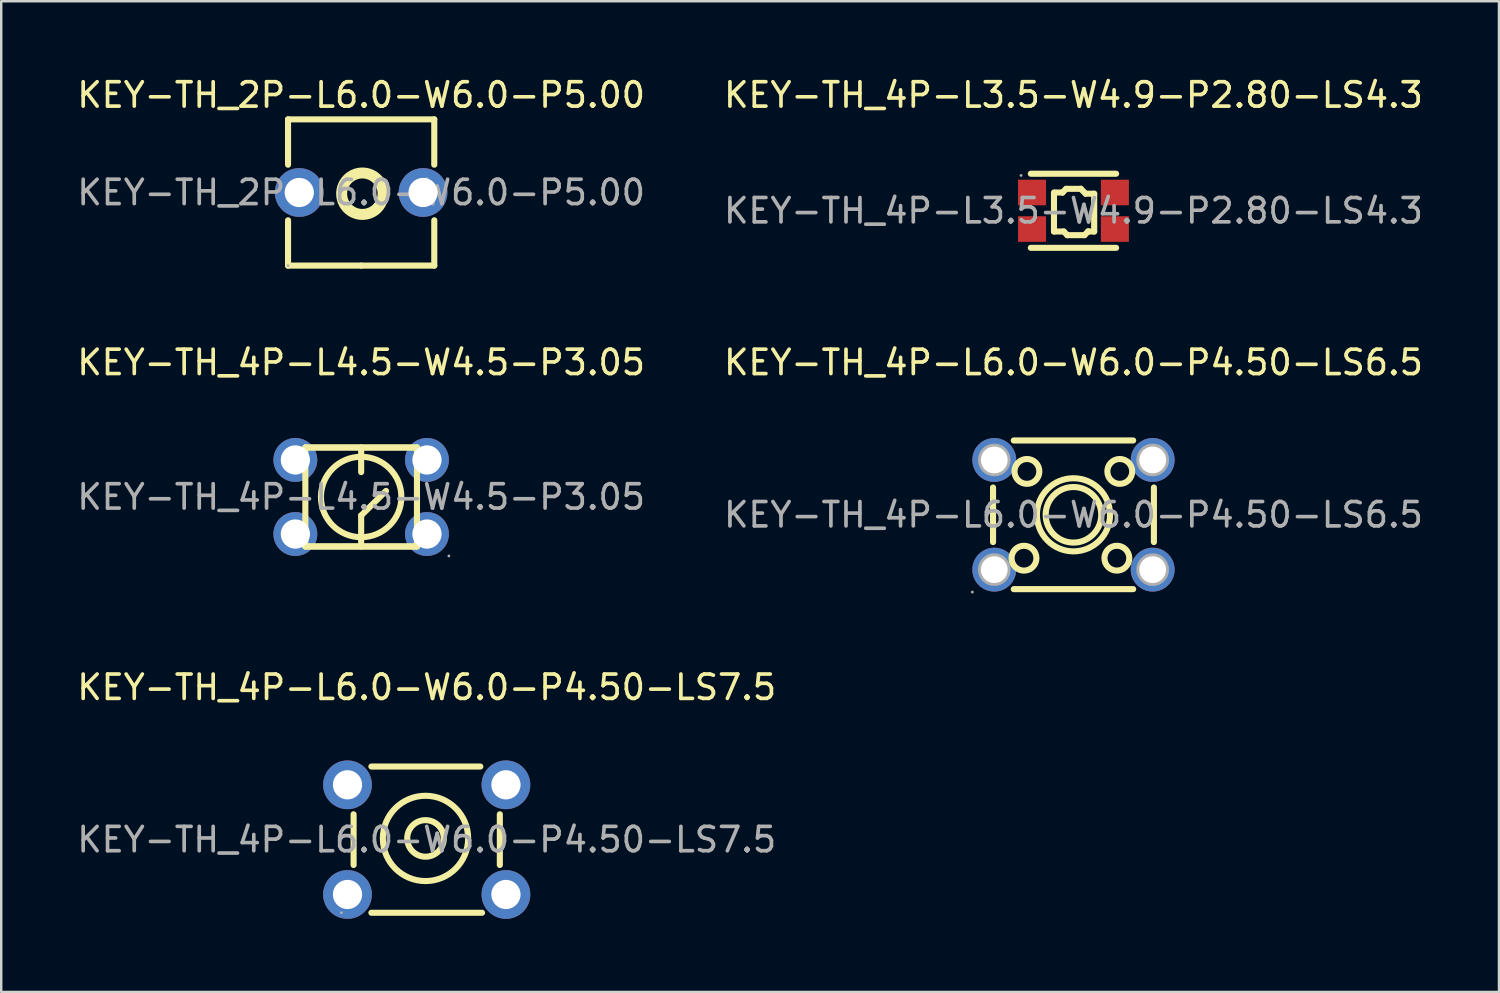
<source format=kicad_pcb>
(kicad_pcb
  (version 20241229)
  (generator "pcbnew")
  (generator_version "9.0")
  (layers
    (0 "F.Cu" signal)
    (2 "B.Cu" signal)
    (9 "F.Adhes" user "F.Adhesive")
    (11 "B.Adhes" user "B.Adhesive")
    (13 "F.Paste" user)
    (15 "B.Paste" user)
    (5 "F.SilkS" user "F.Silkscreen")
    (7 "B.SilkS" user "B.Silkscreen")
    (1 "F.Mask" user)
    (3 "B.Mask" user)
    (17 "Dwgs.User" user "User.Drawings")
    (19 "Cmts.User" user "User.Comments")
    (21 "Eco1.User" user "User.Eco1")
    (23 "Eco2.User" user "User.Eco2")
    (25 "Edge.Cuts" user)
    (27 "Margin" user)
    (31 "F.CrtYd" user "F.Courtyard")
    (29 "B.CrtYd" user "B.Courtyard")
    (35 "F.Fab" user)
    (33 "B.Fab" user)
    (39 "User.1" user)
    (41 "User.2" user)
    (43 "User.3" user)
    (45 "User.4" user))
  (footprint "KEY-TH_4P-L6.0-W6.0-P4.50-LS7.5"
    (layer "F.Cu")
    (at 14.458 31.4)
    (property "Reference" "KEY-TH_4P-L6.0-W6.0-P4.50-LS7.5" (at 0 -6.25 0) (layer "F.SilkS") (effects (font (size 1 1) (thickness 0.15))))
    (attr through_hole)
    (fp_line (start -3 -1.04) (end -3 1.04) (stroke (width 0.25) (type solid)) (layer "F.SilkS"))
    (fp_line (start -2.27 -3) (end 2.2 -3) (stroke (width 0.25) (type solid)) (layer "F.SilkS"))
    (fp_line (start -2.27 3) (end 2.27 3) (stroke (width 0.25) (type solid)) (layer "F.SilkS"))
    (fp_line (start 3 -1.04) (end 3 1.04) (stroke (width 0.25) (type solid)) (layer "F.SilkS"))
    (fp_circle (center -0.05 -0.05) (end 0.7 -0.05) (stroke (width 0.25) (type solid)) (fill no) (layer "F.SilkS"))
    (fp_circle (center -0.05 -0.05) (end 1.7 -0.05) (stroke (width 0.25) (type solid)) (fill no) (layer "F.SilkS"))
    (fp_circle (center -3.5 3) (end -3.47 3) (stroke (width 0.06) (type solid)) (fill no) (layer "F.Fab"))
    (fp_text user "${REFERENCE}" (at 0 0 0) (layer "F.Fab") (effects (font (size 1 1) (thickness 0.15))))
    (pad "1" thru_hole circle (at -3.25 2.25) (size 2 2) (drill 1.2) (layers "*.Cu" "*.Paste" "*.Mask"))
    (pad "2" thru_hole circle (at 3.25 2.25) (size 2 2) (drill 1.2) (layers "*.Cu" "*.Paste" "*.Mask"))
    (pad "3" thru_hole circle (at 3.25 -2.25) (size 2 2) (drill 1.2) (layers "*.Cu" "*.Paste" "*.Mask"))
    (pad "4" thru_hole circle (at -3.25 -2.25) (size 2 2) (drill 1.2) (layers "*.Cu" "*.Paste" "*.Mask")))
  (footprint "KEY-TH_4P-L3.5-W4.9-P2.80-LS4.3"
    (layer "F.Cu")
    (at 40.994 5.598)
    (property "Reference" "KEY-TH_4P-L3.5-W4.9-P2.80-LS4.3" (at 0 -4.75 0) (layer "F.SilkS") (effects (font (size 1 1) (thickness 0.15))))
    (attr through_hole)
    (fp_line (start -1.75 -1.52) (end 1.75 -1.52) (stroke (width 0.25) (type solid)) (layer "F.SilkS"))
    (fp_line (start -0.8 0.85) (end -0.8 -0.75) (stroke (width 0.25) (type solid)) (layer "F.SilkS"))
    (fp_line (start -0.75 -0.75) (end -0.45 -0.75) (stroke (width 0.25) (type solid)) (layer "F.SilkS"))
    (fp_line (start -0.45 -0.75) (end -0.45 -0.75) (stroke (width 0.25) (type solid)) (layer "F.SilkS"))
    (fp_line (start -0.45 -0.75) (end -0.3 -0.9) (stroke (width 0.25) (type solid)) (layer "F.SilkS"))
    (fp_line (start -0.4 0.85) (end -0.8 0.85) (stroke (width 0.25) (type solid)) (layer "F.SilkS"))
    (fp_line (start -0.3 -0.9) (end 0.3 -0.9) (stroke (width 0.25) (type solid)) (layer "F.SilkS"))
    (fp_line (start -0.25 1) (end -0.4 0.85) (stroke (width 0.25) (type solid)) (layer "F.SilkS"))
    (fp_line (start -0.25 1) (end -0.25 1) (stroke (width 0.25) (type solid)) (layer "F.SilkS"))
    (fp_line (start 0.3 -0.9) (end 0.3 -0.9) (stroke (width 0.25) (type solid)) (layer "F.SilkS"))
    (fp_line (start 0.3 -0.9) (end 0.5 -0.7) (stroke (width 0.25) (type solid)) (layer "F.SilkS"))
    (fp_line (start 0.45 1) (end -0.25 1) (stroke (width 0.25) (type solid)) (layer "F.SilkS"))
    (fp_line (start 0.5 -0.7) (end 0.85 -0.7) (stroke (width 0.25) (type solid)) (layer "F.SilkS"))
    (fp_line (start 0.6 0.85) (end 0.45 1) (stroke (width 0.25) (type solid)) (layer "F.SilkS"))
    (fp_line (start 0.6 0.85) (end 0.6 0.85) (stroke (width 0.25) (type solid)) (layer "F.SilkS"))
    (fp_line (start 0.85 -0.7) (end 0.85 0.85) (stroke (width 0.25) (type solid)) (layer "F.SilkS"))
    (fp_line (start 0.85 0.85) (end 0.6 0.85) (stroke (width 0.25) (type solid)) (layer "F.SilkS"))
    (fp_line (start 1.75 1.52) (end -1.75 1.52) (stroke (width 0.25) (type solid)) (layer "F.SilkS"))
    (fp_circle (center -2.15 -1.45) (end -2.12 -1.45) (stroke (width 0.06) (type solid)) (fill no) (layer "F.Fab"))
    (fp_text user "${REFERENCE}" (at 0 0 0) (layer "F.Fab") (effects (font (size 1 1) (thickness 0.15))))
    (pad "1" smd rect (at -1.7 -0.75 90) (size 1.05 1.15) (layers "F.Cu" "F.Mask" "F.Paste"))
    (pad "1'" smd rect (at 1.7 -0.75 90) (size 1.05 1.15) (layers "F.Cu" "F.Mask" "F.Paste"))
    (pad "2" smd rect (at -1.7 0.75 90) (size 1.05 1.15) (layers "F.Cu" "F.Mask" "F.Paste"))
    (pad "2'" smd rect (at 1.7 0.75 90) (size 1.05 1.15) (layers "F.Cu" "F.Mask" "F.Paste")))
  (footprint "KEY-TH_2P-L6.0-W6.0-P5.00"
    (layer "F.Cu")
    (at 11.768 4.848)
    (property "Reference" "KEY-TH_2P-L6.0-W6.0-P5.00" (at 0 -4 0) (layer "F.SilkS") (effects (font (size 1 1) (thickness 0.15))))
    (attr through_hole)
    (fp_line (start -3 -3) (end 3 -3) (stroke (width 0.25) (type solid)) (layer "F.SilkS"))
    (fp_line (start -3 -1.14) (end -3 -3) (stroke (width 0.25) (type solid)) (layer "F.SilkS"))
    (fp_line (start -3 3) (end -3 1.14) (stroke (width 0.25) (type solid)) (layer "F.SilkS"))
    (fp_line (start 0 3) (end -3 3) (stroke (width 0.25) (type solid)) (layer "F.SilkS"))
    (fp_line (start 3 -3) (end 3 -1.14) (stroke (width 0.25) (type solid)) (layer "F.SilkS"))
    (fp_line (start 3 1.14) (end 3 3) (stroke (width 0.25) (type solid)) (layer "F.SilkS"))
    (fp_line (start 3 3) (end 0 3) (stroke (width 0.25) (type solid)) (layer "F.SilkS"))
    (fp_circle (center 0.05 0.05) (end 0.8 0.05) (stroke (width 0.25) (type solid)) (fill no) (layer "F.SilkS"))
    (fp_circle (center 0.05 0.05) (end 1 0.05) (stroke (width 0.25) (type solid)) (fill no) (layer "F.SilkS"))
    (fp_circle (center -3 3) (end -2.97 3) (stroke (width 0.06) (type solid)) (fill no) (layer "F.Fab"))
    (fp_text user "${REFERENCE}" (at 0 0 0) (layer "F.Fab") (effects (font (size 1 1) (thickness 0.15))))
    (pad "1" thru_hole circle (at -2.54 0 180) (size 2 2) (drill 1.2) (layers "*.Cu" "*.Paste" "*.Mask"))
    (pad "2" thru_hole circle (at 2.54 0 180) (size 2 2) (drill 1.2) (layers "*.Cu" "*.Paste" "*.Mask")))
  (footprint "KEY-TH_4P-L6.0-W6.0-P4.50-LS6.5"
    (layer "F.Cu")
    (at 40.994 18.072)
    (property "Reference" "KEY-TH_4P-L6.0-W6.0-P4.50-LS6.5" (at 0 -6.25 0) (layer "F.SilkS") (effects (font (size 1 1) (thickness 0.15))))
    (attr through_hole)
    (fp_line (start -3.3 -1.12) (end -3.3 1.12) (stroke (width 0.25) (type solid)) (layer "F.SilkS"))
    (fp_line (start -2.45 -3.05) (end 2.45 -3.05) (stroke (width 0.25) (type solid)) (layer "F.SilkS"))
    (fp_line (start -2.45 3.05) (end 2.45 3.05) (stroke (width 0.25) (type solid)) (layer "F.SilkS"))
    (fp_line (start 3.3 -1.12) (end 3.3 1.12) (stroke (width 0.25) (type solid)) (layer "F.SilkS"))
    (fp_circle (center -2.03 1.78) (end -1.52 1.78) (stroke (width 0.25) (type solid)) (fill no) (layer "F.SilkS"))
    (fp_circle (center -1.91 -1.78) (end -1.4 -1.78) (stroke (width 0.25) (type solid)) (fill no) (layer "F.SilkS"))
    (fp_circle (center 0 0) (end 1.14 0) (stroke (width 0.25) (type solid)) (fill no) (layer "F.SilkS"))
    (fp_circle (center 0 0) (end 1.5 0) (stroke (width 0.25) (type solid)) (fill no) (layer "F.SilkS"))
    (fp_circle (center 1.78 1.78) (end 2.29 1.78) (stroke (width 0.25) (type solid)) (fill no) (layer "F.SilkS"))
    (fp_circle (center 1.9 -1.78) (end 2.41 -1.78) (stroke (width 0.25) (type solid)) (fill no) (layer "F.SilkS"))
    (fp_circle (center -4.15 3.17) (end -4.12 3.17) (stroke (width 0.06) (type solid)) (fill no) (layer "F.Fab"))
    (fp_circle (center -3.25 -2.25) (end -3.03 -2.25) (stroke (width 0.45) (type solid)) (fill no) (layer "F.Fab"))
    (fp_circle (center -3.25 2.25) (end -3.03 2.25) (stroke (width 0.45) (type solid)) (fill no) (layer "F.Fab"))
    (fp_circle (center 3.25 -2.25) (end 3.47 -2.25) (stroke (width 0.45) (type solid)) (fill no) (layer "F.Fab"))
    (fp_circle (center 3.25 2.25) (end 3.47 2.25) (stroke (width 0.45) (type solid)) (fill no) (layer "F.Fab"))
    (fp_text user "${REFERENCE}" (at 0 0 0) (layer "F.Fab") (effects (font (size 1 1) (thickness 0.15))))
    (pad "1" thru_hole circle (at -3.25 2.25) (size 1.8 1.8) (drill 1.1) (layers "*.Cu" "*.Paste" "*.Mask"))
    (pad "2" thru_hole circle (at 3.25 2.25) (size 1.8 1.8) (drill 1.1) (layers "*.Cu" "*.Paste" "*.Mask"))
    (pad "3" thru_hole circle (at 3.25 -2.25) (size 1.8 1.8) (drill 1.1) (layers "*.Cu" "*.Paste" "*.Mask"))
    (pad "4" thru_hole circle (at -3.25 -2.25) (size 1.8 1.8) (drill 1.1) (layers "*.Cu" "*.Paste" "*.Mask")))
  (footprint "KEY-TH_4P-L4.5-W4.5-P3.05"
    (layer "F.Cu")
    (at 11.768 17.341)
    (property "Reference" "KEY-TH_4P-L4.5-W4.5-P3.05" (at 0 -5.52 0) (layer "F.SilkS") (effects (font (size 1 1) (thickness 0.15))))
    (attr through_hole)
    (fp_line (start -2.29 -2.03) (end -2.29 2.03) (stroke (width 0.25) (type solid)) (layer "F.SilkS"))
    (fp_line (start -2.29 -2.03) (end 2.29 -2.03) (stroke (width 0.25) (type solid)) (layer "F.SilkS"))
    (fp_line (start -2.29 2.03) (end 2.29 2.03) (stroke (width 0.25) (type solid)) (layer "F.SilkS"))
    (fp_line (start 0 -2.03) (end 0 -1.02) (stroke (width 0.25) (type solid)) (layer "F.SilkS"))
    (fp_line (start 0 0.76) (end 1.02 -0.25) (stroke (width 0.25) (type solid)) (layer "F.SilkS"))
    (fp_line (start 0 2.03) (end 0 0.76) (stroke (width 0.25) (type solid)) (layer "F.SilkS"))
    (fp_line (start 2.29 -2.03) (end -2.29 -2.03) (stroke (width 0.25) (type solid)) (layer "F.SilkS"))
    (fp_line (start 2.29 2.03) (end -2.29 2.03) (stroke (width 0.25) (type solid)) (layer "F.SilkS"))
    (fp_line (start 2.29 2.03) (end 2.29 -2.03) (stroke (width 0.25) (type solid)) (layer "F.SilkS"))
    (fp_circle (center 0 0) (end 1.65 0) (stroke (width 0.25) (type solid)) (fill no) (layer "F.SilkS"))
    (fp_circle (center -2.7 -1.52) (end -2.45 -1.52) (stroke (width 0.5) (type solid)) (fill no) (layer "F.Fab"))
    (fp_circle (center -2.7 1.52) (end -2.45 1.52) (stroke (width 0.5) (type solid)) (fill no) (layer "F.Fab"))
    (fp_circle (center 2.7 -1.52) (end 2.95 -1.52) (stroke (width 0.5) (type solid)) (fill no) (layer "F.Fab"))
    (fp_circle (center 2.7 1.52) (end 2.95 1.52) (stroke (width 0.5) (type solid)) (fill no) (layer "F.Fab"))
    (fp_circle (center 3.6 2.42) (end 3.63 2.42) (stroke (width 0.06) (type solid)) (fill no) (layer "F.Fab"))
    (fp_text user "${REFERENCE}" (at 0 0 0) (layer "F.Fab") (effects (font (size 1 1) (thickness 0.15))))
    (pad "1" thru_hole circle (at 2.7 1.52) (size 1.8 1.8) (drill 1.2) (layers "*.Cu" "*.Paste" "*.Mask"))
    (pad "2" thru_hole circle (at -2.7 1.52) (size 1.8 1.8) (drill 1.2) (layers "*.Cu" "*.Paste" "*.Mask"))
    (pad "3" thru_hole circle (at 2.7 -1.52) (size 1.8 1.8) (drill 1.2) (layers "*.Cu" "*.Paste" "*.Mask"))
    (pad "4" thru_hole circle (at -2.7 -1.52) (size 1.8 1.8) (drill 1.2) (layers "*.Cu" "*.Paste" "*.Mask")))
  (gr_rect
    (start -3 -3)
    (end 58.452 37.65)
    (stroke (width 0.1) (type default))
    (fill no)
    (layer "Edge.Cuts")))
</source>
